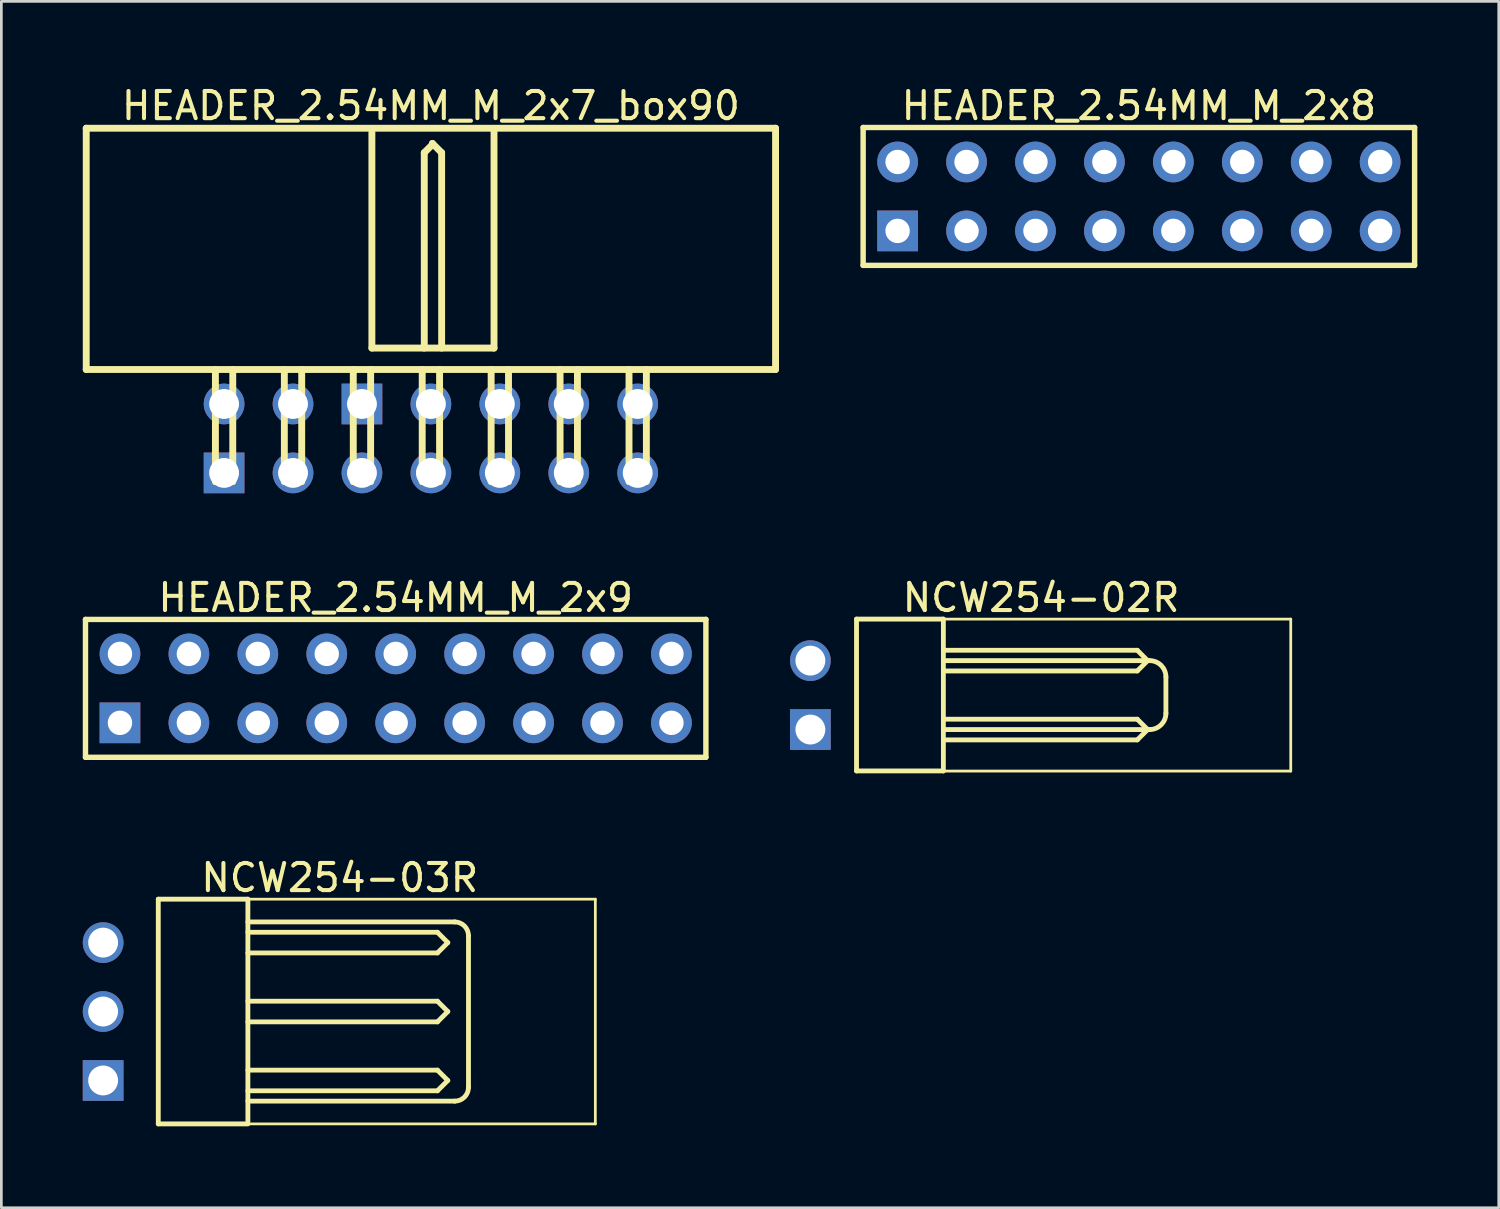
<source format=kicad_pcb>
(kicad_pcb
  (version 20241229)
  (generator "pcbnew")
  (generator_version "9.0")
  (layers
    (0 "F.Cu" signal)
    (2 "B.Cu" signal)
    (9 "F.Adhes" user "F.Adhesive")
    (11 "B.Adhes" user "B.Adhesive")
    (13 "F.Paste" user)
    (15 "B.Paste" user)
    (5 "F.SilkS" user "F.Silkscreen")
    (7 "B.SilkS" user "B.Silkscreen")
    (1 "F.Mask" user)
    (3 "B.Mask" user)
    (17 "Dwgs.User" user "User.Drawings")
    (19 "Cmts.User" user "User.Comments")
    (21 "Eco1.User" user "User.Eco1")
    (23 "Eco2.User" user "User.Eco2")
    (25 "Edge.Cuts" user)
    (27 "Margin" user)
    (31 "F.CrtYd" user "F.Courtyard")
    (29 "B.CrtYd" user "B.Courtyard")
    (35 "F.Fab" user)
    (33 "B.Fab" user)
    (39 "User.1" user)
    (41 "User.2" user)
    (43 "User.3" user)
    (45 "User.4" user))
  (footprint "NCW254-02R"
    (layer "F.Cu")
    (at 26.81 22.562)
    (property "Reference" "NCW254-02R" (at 8.5 -3.589 0) (layer "F.SilkS") (effects (font (size 1 1) (thickness 0.15))))
    (fp_line (start 1.7 -2.8) (end 4.9 -2.8) (stroke (width 0.178) (type solid)) (layer "F.SilkS"))
    (fp_line (start 1.7 2.794) (end 1.7 -2.8) (stroke (width 0.178) (type solid)) (layer "F.SilkS"))
    (fp_line (start 1.7 2.794) (end 4.9 2.794) (stroke (width 0.178) (type solid)) (layer "F.SilkS"))
    (fp_line (start 4.9 -2.8) (end 17.7 -2.8) (stroke (width 0.102) (type solid)) (layer "F.SilkS"))
    (fp_line (start 4.9 -1.27) (end 12.5 -1.27) (stroke (width 0.178) (type solid)) (layer "F.SilkS"))
    (fp_line (start 4.9 1.27) (end 12.5 1.27) (stroke (width 0.178) (type solid)) (layer "F.SilkS"))
    (fp_line (start 4.9 2.794) (end 4.9 -2.8) (stroke (width 0.178) (type solid)) (layer "F.SilkS"))
    (fp_line (start 4.9 2.8) (end 17.7 2.8) (stroke (width 0.102) (type solid)) (layer "F.SilkS"))
    (fp_line (start 4.934 -1.651) (end 12.046 -1.651) (stroke (width 0.178) (type solid)) (layer "F.SilkS"))
    (fp_line (start 4.934 -0.889) (end 12.046 -0.889) (stroke (width 0.178) (type solid)) (layer "F.SilkS"))
    (fp_line (start 4.934 0.889) (end 12.046 0.889) (stroke (width 0.178) (type solid)) (layer "F.SilkS"))
    (fp_line (start 4.934 1.651) (end 12.046 1.651) (stroke (width 0.178) (type solid)) (layer "F.SilkS"))
    (fp_line (start 12.046 -1.651) (end 12.427 -1.27) (stroke (width 0.178) (type solid)) (layer "F.SilkS"))
    (fp_line (start 12.046 -0.889) (end 12.427 -1.27) (stroke (width 0.178) (type solid)) (layer "F.SilkS"))
    (fp_line (start 12.046 0.889) (end 12.427 1.27) (stroke (width 0.178) (type solid)) (layer "F.SilkS"))
    (fp_line (start 12.046 1.651) (end 12.427 1.27) (stroke (width 0.178) (type solid)) (layer "F.SilkS"))
    (fp_line (start 13.1 0.67) (end 13.1 -0.67) (stroke (width 0.178) (type solid)) (layer "F.SilkS"))
    (fp_line (start 17.7 2.8) (end 17.7 -2.8) (stroke (width 0.102) (type solid)) (layer "F.SilkS"))
    (fp_arc (start 12.5 -1.27) (mid 12.924264 -1.094264) (end 13.1 -0.67) (stroke (width 0.178) (type solid)) (layer "F.SilkS"))
    (fp_arc (start 13.1 0.67) (mid 12.924264 1.094264) (end 12.5 1.27) (stroke (width 0.178) (type solid)) (layer "F.SilkS"))
    (pad "1" thru_hole rect (at 0 1.27 90) (size 1.5 1.5) (drill 1.1) (layers "*.Cu" "*.Mask"))
    (pad "2" thru_hole circle (at 0 -1.27 90) (size 1.5 1.5) (drill 1.1) (layers "*.Cu" "*.Mask")))
  (footprint "HEADER_2.54MM_M_2x7_box90"
    (layer "F.Cu")
    (at 12.827 13.105)
    (property "Reference" "HEADER_2.54MM_M_2x7_box90" (at 0 -12.257 0) (layer "F.SilkS") (effects (font (size 1 1) (thickness 0.15))))
    (fp_line (start -12.7 -11.43) (end 12.7 -11.43) (stroke (width 0.254) (type solid)) (layer "F.SilkS"))
    (fp_line (start -12.7 -2.54) (end -12.7 -11.43) (stroke (width 0.254) (type solid)) (layer "F.SilkS"))
    (fp_line (start -12.7 -2.54) (end 12.7 -2.54) (stroke (width 0.254) (type solid)) (layer "F.SilkS"))
    (fp_line (start -7.94 1.59) (end -7.94 -2.54) (stroke (width 0.254) (type solid)) (layer "F.SilkS"))
    (fp_line (start -7.94 1.59) (end -7.3 1.59) (stroke (width 0.254) (type solid)) (layer "F.SilkS"))
    (fp_line (start -7.3 1.59) (end -7.3 -2.54) (stroke (width 0.254) (type solid)) (layer "F.SilkS"))
    (fp_line (start -5.4 1.59) (end -5.4 -2.54) (stroke (width 0.254) (type solid)) (layer "F.SilkS"))
    (fp_line (start -5.4 1.59) (end -4.76 1.59) (stroke (width 0.254) (type solid)) (layer "F.SilkS"))
    (fp_line (start -4.76 1.59) (end -4.76 -2.54) (stroke (width 0.254) (type solid)) (layer "F.SilkS"))
    (fp_line (start -2.86 1.59) (end -2.86 -2.54) (stroke (width 0.254) (type solid)) (layer "F.SilkS"))
    (fp_line (start -2.86 1.59) (end -2.22 1.59) (stroke (width 0.254) (type solid)) (layer "F.SilkS"))
    (fp_line (start -2.22 1.59) (end -2.22 -2.54) (stroke (width 0.254) (type solid)) (layer "F.SilkS"))
    (fp_line (start -2.174 -3.33) (end -2.174 -11.28) (stroke (width 0.254) (type solid)) (layer "F.SilkS"))
    (fp_line (start -2.174 -3.33) (end 2.326 -3.33) (stroke (width 0.254) (type solid)) (layer "F.SilkS"))
    (fp_line (start -0.32 1.59) (end -0.32 -2.54) (stroke (width 0.254) (type solid)) (layer "F.SilkS"))
    (fp_line (start -0.32 1.59) (end 0.32 1.59) (stroke (width 0.254) (type solid)) (layer "F.SilkS"))
    (fp_line (start -0.244 -10.53) (end 0.056 -10.83) (stroke (width 0.254) (type solid)) (layer "F.SilkS"))
    (fp_line (start -0.244 -3.33) (end -0.244 -10.53) (stroke (width 0.254) (type solid)) (layer "F.SilkS"))
    (fp_line (start 0.056 -10.87) (end 0.396 -10.53) (stroke (width 0.254) (type solid)) (layer "F.SilkS"))
    (fp_line (start 0.056 -10.83) (end 0.056 -10.87) (stroke (width 0.254) (type solid)) (layer "F.SilkS"))
    (fp_line (start 0.32 1.59) (end 0.32 -2.54) (stroke (width 0.254) (type solid)) (layer "F.SilkS"))
    (fp_line (start 0.396 -3.33) (end 0.396 -10.53) (stroke (width 0.254) (type solid)) (layer "F.SilkS"))
    (fp_line (start 2.22 1.59) (end 2.22 -2.54) (stroke (width 0.254) (type solid)) (layer "F.SilkS"))
    (fp_line (start 2.22 1.59) (end 2.86 1.59) (stroke (width 0.254) (type solid)) (layer "F.SilkS"))
    (fp_line (start 2.326 -3.33) (end 2.326 -11.3) (stroke (width 0.254) (type solid)) (layer "F.SilkS"))
    (fp_line (start 2.86 1.59) (end 2.86 -2.54) (stroke (width 0.254) (type solid)) (layer "F.SilkS"))
    (fp_line (start 4.76 1.59) (end 4.76 -2.54) (stroke (width 0.254) (type solid)) (layer "F.SilkS"))
    (fp_line (start 4.76 1.59) (end 5.4 1.59) (stroke (width 0.254) (type solid)) (layer "F.SilkS"))
    (fp_line (start 5.4 1.59) (end 5.4 -2.54) (stroke (width 0.254) (type solid)) (layer "F.SilkS"))
    (fp_line (start 7.3 1.59) (end 7.3 -2.54) (stroke (width 0.254) (type solid)) (layer "F.SilkS"))
    (fp_line (start 7.3 1.59) (end 7.94 1.59) (stroke (width 0.254) (type solid)) (layer "F.SilkS"))
    (fp_line (start 7.94 1.59) (end 7.94 -2.54) (stroke (width 0.254) (type solid)) (layer "F.SilkS"))
    (fp_line (start 12.7 -2.54) (end 12.7 -11.43) (stroke (width 0.254) (type solid)) (layer "F.SilkS"))
    (pad "1" thru_hole rect (at -7.62 1.27) (size 1.5 1.5) (drill 1.1) (layers "*.Cu" "*.Mask"))
    (pad "2" thru_hole circle (at -7.62 -1.27) (size 1.5 1.5) (drill 1.1) (layers "*.Cu" "*.Mask"))
    (pad "3" thru_hole circle (at -5.08 1.27) (size 1.5 1.5) (drill 1.1) (layers "*.Cu" "*.Mask"))
    (pad "4" thru_hole circle (at -5.08 -1.27) (size 1.5 1.5) (drill 1.1) (layers "*.Cu" "*.Mask"))
    (pad "5" thru_hole circle (at -2.54 1.27) (size 1.5 1.5) (drill 1.1) (layers "*.Cu" "*.Mask"))
    (pad "6" thru_hole rect (at -2.54 -1.27) (size 1.5 1.5) (drill 1.1) (layers "*.Cu" "*.Mask"))
    (pad "7" thru_hole circle (at 0 1.27) (size 1.5 1.5) (drill 1.1) (layers "*.Cu" "*.Mask"))
    (pad "8" thru_hole circle (at 0 -1.27) (size 1.5 1.5) (drill 1.1) (layers "*.Cu" "*.Mask"))
    (pad "9" thru_hole circle (at 2.54 1.27) (size 1.5 1.5) (drill 1.1) (layers "*.Cu" "*.Mask"))
    (pad "10" thru_hole circle (at 2.54 -1.27) (size 1.5 1.5) (drill 1.1) (layers "*.Cu" "*.Mask"))
    (pad "11" thru_hole circle (at 5.08 1.27) (size 1.5 1.5) (drill 1.1) (layers "*.Cu" "*.Mask"))
    (pad "12" thru_hole circle (at 5.08 -1.27) (size 1.5 1.5) (drill 1.1) (layers "*.Cu" "*.Mask"))
    (pad "13" thru_hole circle (at 7.62 1.27) (size 1.5 1.5) (drill 1.1) (layers "*.Cu" "*.Mask"))
    (pad "14" thru_hole circle (at 7.62 -1.27) (size 1.5 1.5) (drill 1.1) (layers "*.Cu" "*.Mask")))
  (footprint "HEADER_2.54MM_M_2x9"
    (layer "F.Cu")
    (at 11.53 22.314)
    (property "Reference" "HEADER_2.54MM_M_2x9" (at 0.00008 -3.34 0) (layer "F.SilkS") (effects (font (size 1 1) (thickness 0.15))))
    (fp_line (start -11.43 -2.54) (end 11.43 -2.54) (stroke (width 0.2) (type solid)) (layer "F.SilkS"))
    (fp_line (start -11.43 2.54) (end -11.43 -2.54) (stroke (width 0.2) (type solid)) (layer "F.SilkS"))
    (fp_line (start -11.43 2.54) (end 11.43 2.54) (stroke (width 0.2) (type solid)) (layer "F.SilkS"))
    (fp_line (start 11.43 2.54) (end 11.43 -2.54) (stroke (width 0.2) (type solid)) (layer "F.SilkS"))
    (pad "1" thru_hole rect (at -10.16 1.27) (size 1.5 1.5) (drill 0.9) (layers "*.Cu" "*.Mask"))
    (pad "2" thru_hole circle (at -10.16 -1.27) (size 1.5 1.5) (drill 0.9) (layers "*.Cu" "*.Mask"))
    (pad "3" thru_hole circle (at -7.62 1.27) (size 1.5 1.5) (drill 0.9) (layers "*.Cu" "*.Mask"))
    (pad "4" thru_hole circle (at -7.62 -1.27) (size 1.5 1.5) (drill 0.9) (layers "*.Cu" "*.Mask"))
    (pad "5" thru_hole circle (at -5.08 1.27) (size 1.5 1.5) (drill 0.9) (layers "*.Cu" "*.Mask"))
    (pad "6" thru_hole circle (at -5.08 -1.27) (size 1.5 1.5) (drill 0.9) (layers "*.Cu" "*.Mask"))
    (pad "7" thru_hole circle (at -2.54 1.27) (size 1.5 1.5) (drill 0.9) (layers "*.Cu" "*.Mask"))
    (pad "8" thru_hole circle (at -2.54 -1.27) (size 1.5 1.5) (drill 0.9) (layers "*.Cu" "*.Mask"))
    (pad "9" thru_hole circle (at 0 1.27) (size 1.5 1.5) (drill 0.9) (layers "*.Cu" "*.Mask"))
    (pad "10" thru_hole circle (at 0 -1.27) (size 1.5 1.5) (drill 0.9) (layers "*.Cu" "*.Mask"))
    (pad "11" thru_hole circle (at 2.54 1.27) (size 1.5 1.5) (drill 0.9) (layers "*.Cu" "*.Mask"))
    (pad "12" thru_hole circle (at 2.54 -1.27) (size 1.5 1.5) (drill 0.9) (layers "*.Cu" "*.Mask"))
    (pad "13" thru_hole circle (at 5.08 1.27) (size 1.5 1.5) (drill 0.9) (layers "*.Cu" "*.Mask"))
    (pad "14" thru_hole circle (at 5.08 -1.27) (size 1.5 1.5) (drill 0.9) (layers "*.Cu" "*.Mask"))
    (pad "15" thru_hole circle (at 7.62 1.27) (size 1.5 1.5) (drill 0.9) (layers "*.Cu" "*.Mask"))
    (pad "16" thru_hole circle (at 7.62 -1.27) (size 1.5 1.5) (drill 0.9) (layers "*.Cu" "*.Mask"))
    (pad "17" thru_hole circle (at 10.16 1.27) (size 1.5 1.5) (drill 0.9) (layers "*.Cu" "*.Mask"))
    (pad "18" thru_hole circle (at 10.16 -1.27) (size 1.5 1.5) (drill 0.9) (layers "*.Cu" "*.Mask")))
  (footprint "NCW254-03R"
    (layer "F.Cu")
    (at 0.75 34.222)
    (property "Reference" "NCW254-03R" (at 8.718 -4.929 0) (layer "F.SilkS") (effects (font (size 1 1) (thickness 0.15))))
    (fp_line (start 2.032 -4.14) (end 5.334 -4.14) (stroke (width 0.178) (type solid)) (layer "F.SilkS"))
    (fp_line (start 2.032 4.14) (end 2.032 -4.14) (stroke (width 0.178) (type solid)) (layer "F.SilkS"))
    (fp_line (start 2.032 4.14) (end 5.334 4.14) (stroke (width 0.178) (type solid)) (layer "F.SilkS"))
    (fp_line (start 5.334 -4.14) (end 18.136 -4.14) (stroke (width 0.102) (type solid)) (layer "F.SilkS"))
    (fp_line (start 5.334 -3.302) (end 12.954 -3.302) (stroke (width 0.178) (type solid)) (layer "F.SilkS"))
    (fp_line (start 5.334 -2.921) (end 12.319 -2.921) (stroke (width 0.178) (type solid)) (layer "F.SilkS"))
    (fp_line (start 5.334 -2.159) (end 12.319 -2.159) (stroke (width 0.178) (type solid)) (layer "F.SilkS"))
    (fp_line (start 5.334 -0.381) (end 12.319 -0.381) (stroke (width 0.178) (type solid)) (layer "F.SilkS"))
    (fp_line (start 5.334 0.381) (end 12.319 0.381) (stroke (width 0.178) (type solid)) (layer "F.SilkS"))
    (fp_line (start 5.334 2.159) (end 12.319 2.159) (stroke (width 0.178) (type solid)) (layer "F.SilkS"))
    (fp_line (start 5.334 2.921) (end 12.319 2.921) (stroke (width 0.178) (type solid)) (layer "F.SilkS"))
    (fp_line (start 5.334 3.302) (end 12.954 3.302) (stroke (width 0.178) (type solid)) (layer "F.SilkS"))
    (fp_line (start 5.334 4.064) (end 5.334 -4.14) (stroke (width 0.178) (type solid)) (layer "F.SilkS"))
    (fp_line (start 5.334 4.14) (end 18.136 4.14) (stroke (width 0.102) (type solid)) (layer "F.SilkS"))
    (fp_line (start 12.319 -2.921) (end 12.7 -2.54) (stroke (width 0.178) (type solid)) (layer "F.SilkS"))
    (fp_line (start 12.319 -2.159) (end 12.7 -2.54) (stroke (width 0.178) (type solid)) (layer "F.SilkS"))
    (fp_line (start 12.319 -0.381) (end 12.7 0) (stroke (width 0.178) (type solid)) (layer "F.SilkS"))
    (fp_line (start 12.319 0.381) (end 12.7 0) (stroke (width 0.178) (type solid)) (layer "F.SilkS"))
    (fp_line (start 12.319 2.159) (end 12.7 2.54) (stroke (width 0.178) (type solid)) (layer "F.SilkS"))
    (fp_line (start 12.319 2.921) (end 12.7 2.54) (stroke (width 0.178) (type solid)) (layer "F.SilkS"))
    (fp_line (start 13.462 2.794) (end 13.462 -2.794) (stroke (width 0.178) (type solid)) (layer "F.SilkS"))
    (fp_line (start 18.136 4.14) (end 18.136 -4.14) (stroke (width 0.102) (type solid)) (layer "F.SilkS"))
    (fp_arc (start 12.954 -3.302) (mid 13.31321 -3.15321) (end 13.462 -2.794) (stroke (width 0.1778) (type solid)) (layer "F.SilkS"))
    (fp_arc (start 13.462 2.794) (mid 13.31321 3.15321) (end 12.954 3.302) (stroke (width 0.1778) (type solid)) (layer "F.SilkS"))
    (pad "1" thru_hole rect (at 0 2.54) (size 1.5 1.5) (drill 1.1) (layers "*.Cu" "*.Mask"))
    (pad "2" thru_hole circle (at 0 0) (size 1.5 1.5) (drill 1.1) (layers "*.Cu" "*.Mask"))
    (pad "3" thru_hole circle (at 0 -2.54) (size 1.5 1.5) (drill 1.1) (layers "*.Cu" "*.Mask")))
  (footprint "HEADER_2.54MM_M_2x8"
    (layer "F.Cu")
    (at 38.914 4.188)
    (property "Reference" "HEADER_2.54MM_M_2x8" (at 0.00008 -3.34 0) (layer "F.SilkS") (effects (font (size 1 1) (thickness 0.15))))
    (fp_line (start -10.16 -2.54) (end 10.16 -2.54) (stroke (width 0.2) (type solid)) (layer "F.SilkS"))
    (fp_line (start -10.16 2.54) (end -10.16 -2.54) (stroke (width 0.2) (type solid)) (layer "F.SilkS"))
    (fp_line (start -10.16 2.54) (end 10.16 2.54) (stroke (width 0.2) (type solid)) (layer "F.SilkS"))
    (fp_line (start 10.16 2.54) (end 10.16 -2.54) (stroke (width 0.2) (type solid)) (layer "F.SilkS"))
    (pad "1" thru_hole rect (at -8.89 1.27) (size 1.5 1.5) (drill 0.9) (layers "*.Cu" "*.Mask"))
    (pad "2" thru_hole circle (at -8.89 -1.27) (size 1.5 1.5) (drill 0.9) (layers "*.Cu" "*.Mask"))
    (pad "3" thru_hole circle (at -6.35 1.27) (size 1.5 1.5) (drill 0.9) (layers "*.Cu" "*.Mask"))
    (pad "4" thru_hole circle (at -6.35 -1.27) (size 1.5 1.5) (drill 0.9) (layers "*.Cu" "*.Mask"))
    (pad "5" thru_hole circle (at -3.81 1.27) (size 1.5 1.5) (drill 0.9) (layers "*.Cu" "*.Mask"))
    (pad "6" thru_hole circle (at -3.81 -1.27) (size 1.5 1.5) (drill 0.9) (layers "*.Cu" "*.Mask"))
    (pad "7" thru_hole circle (at -1.27 1.27) (size 1.5 1.5) (drill 0.9) (layers "*.Cu" "*.Mask"))
    (pad "8" thru_hole circle (at -1.27 -1.27) (size 1.5 1.5) (drill 0.9) (layers "*.Cu" "*.Mask"))
    (pad "9" thru_hole circle (at 1.27 1.27) (size 1.5 1.5) (drill 0.9) (layers "*.Cu" "*.Mask"))
    (pad "10" thru_hole circle (at 1.27 -1.27) (size 1.5 1.5) (drill 0.9) (layers "*.Cu" "*.Mask"))
    (pad "11" thru_hole circle (at 3.81 1.27) (size 1.5 1.5) (drill 0.9) (layers "*.Cu" "*.Mask"))
    (pad "12" thru_hole circle (at 3.81 -1.27) (size 1.5 1.5) (drill 0.9) (layers "*.Cu" "*.Mask"))
    (pad "13" thru_hole circle (at 6.35 1.27) (size 1.5 1.5) (drill 0.9) (layers "*.Cu" "*.Mask"))
    (pad "14" thru_hole circle (at 6.35 -1.27) (size 1.5 1.5) (drill 0.9) (layers "*.Cu" "*.Mask"))
    (pad "15" thru_hole circle (at 8.89 1.27) (size 1.5 1.5) (drill 0.9) (layers "*.Cu" "*.Mask"))
    (pad "16" thru_hole circle (at 8.89 -1.27) (size 1.5 1.5) (drill 0.9) (layers "*.Cu" "*.Mask")))
  (gr_rect
    (start -3 -3)
    (end 52.174 41.451)
    (stroke (width 0.1) (type default))
    (fill no)
    (layer "Edge.Cuts")))
</source>
